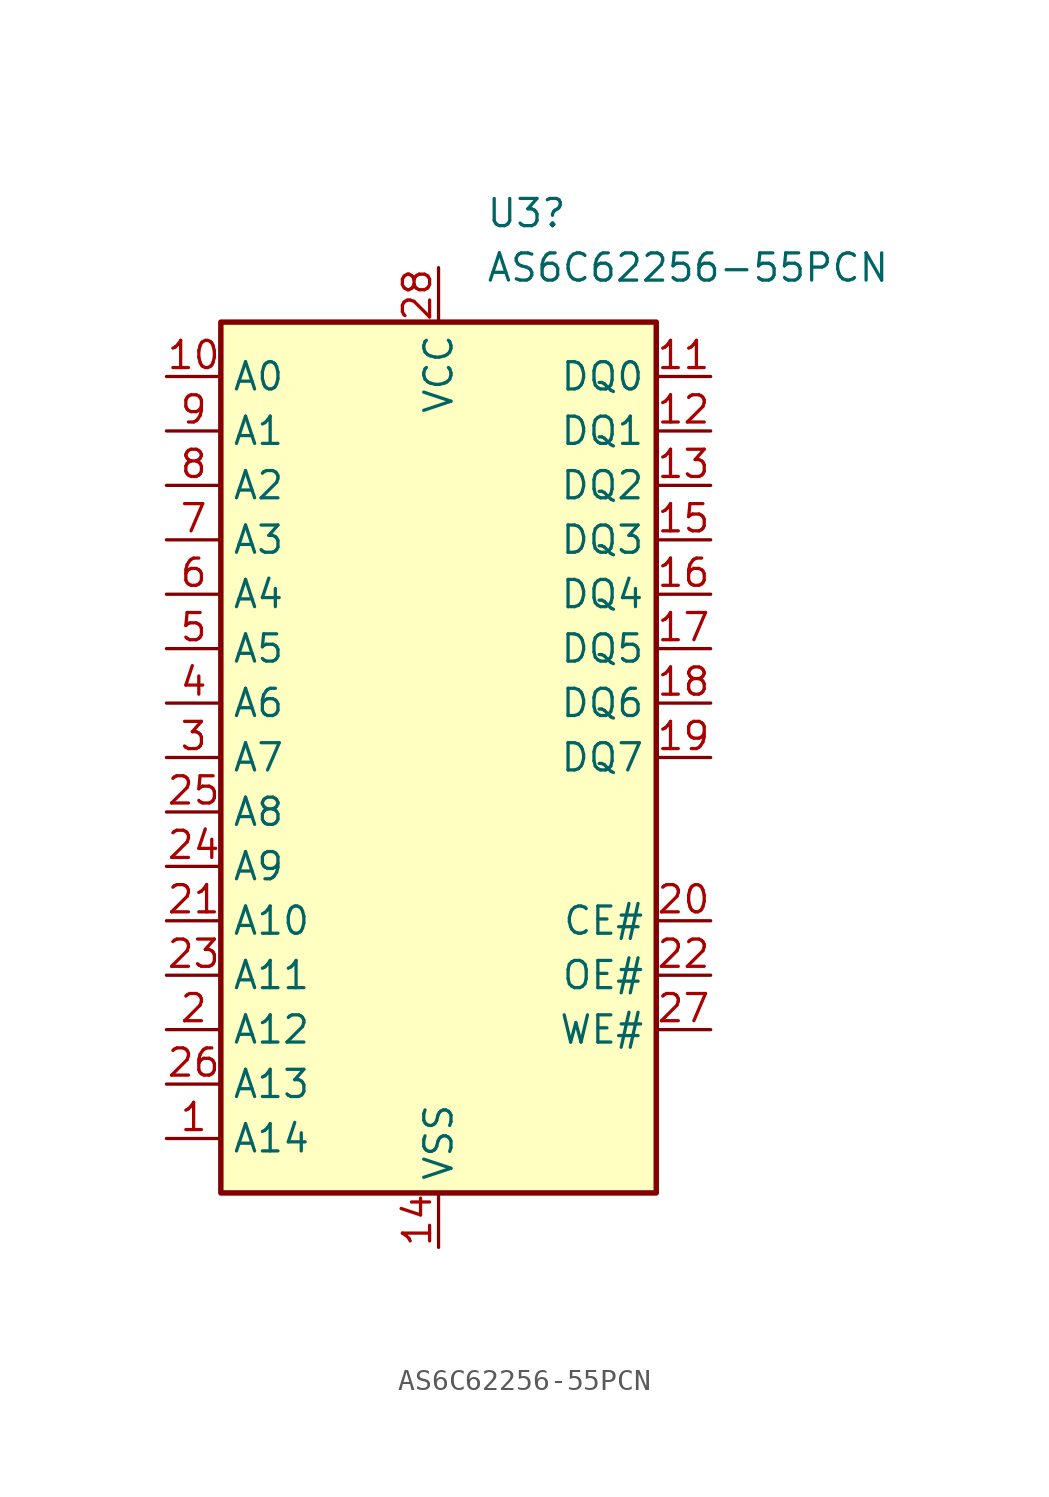
<source format=kicad_sym>
(kicad_symbol_lib
  (version 20241209)
  (generator "kicad_symbol_editor")
  (generator_version "9.0")
  (symbol "AS6C62256-55PCN"
    (property "Reference" "U3"
      (at 2.194 25.4 0)
      (effects (font (size 1.27 1.27)) (justify left)))
    (property "Value" "AS6C62256-55PCN"
      (at 2.194 22.86 0)
      (effects (font (size 1.27 1.27)) (justify left)))
    (property "Description" ""
      (at 0 0 0)
      (effects (font (size 1.27 1.27))))
    (symbol "AS6C62256-55PCN_0_1"
      (rectangle (start -10.16 20.32) (end 10.16 -20.32) (stroke (width 0.254) (type default)) (fill (type background))))
    (symbol "AS6C62256-55PCN_1_0"
      (pin power_in line (at 0 22.86 270) (length 2.54) (name "VCC" (effects (font (size 1.27 1.27)))) (number "28" (effects (font (size 1.27 1.27)))))
      (pin power_in line (at 0 -22.86 90) (length 2.54) (name "VSS" (effects (font (size 1.27 1.27)))) (number "14" (effects (font (size 1.27 1.27))))))
    (symbol "AS6C62256-55PCN_1_1"
      (pin input line (at -12.7 17.78 0) (length 2.54) (name "A0" (effects (font (size 1.27 1.27)))) (number "10" (effects (font (size 1.27 1.27)))))
      (pin input line (at -12.7 15.24 0) (length 2.54) (name "A1" (effects (font (size 1.27 1.27)))) (number "9" (effects (font (size 1.27 1.27)))))
      (pin input line (at -12.7 12.7 0) (length 2.54) (name "A2" (effects (font (size 1.27 1.27)))) (number "8" (effects (font (size 1.27 1.27)))))
      (pin input line (at -12.7 10.16 0) (length 2.54) (name "A3" (effects (font (size 1.27 1.27)))) (number "7" (effects (font (size 1.27 1.27)))))
      (pin input line (at -12.7 7.62 0) (length 2.54) (name "A4" (effects (font (size 1.27 1.27)))) (number "6" (effects (font (size 1.27 1.27)))))
      (pin input line (at -12.7 5.08 0) (length 2.54) (name "A5" (effects (font (size 1.27 1.27)))) (number "5" (effects (font (size 1.27 1.27)))))
      (pin input line (at -12.7 2.54 0) (length 2.54) (name "A6" (effects (font (size 1.27 1.27)))) (number "4" (effects (font (size 1.27 1.27)))))
      (pin input line (at -12.7 0 0) (length 2.54) (name "A7" (effects (font (size 1.27 1.27)))) (number "3" (effects (font (size 1.27 1.27)))))
      (pin input line (at -12.7 -2.54 0) (length 2.54) (name "A8" (effects (font (size 1.27 1.27)))) (number "25" (effects (font (size 1.27 1.27)))))
      (pin input line (at -12.7 -5.08 0) (length 2.54) (name "A9" (effects (font (size 1.27 1.27)))) (number "24" (effects (font (size 1.27 1.27)))))
      (pin input line (at -12.7 -7.62 0) (length 2.54) (name "A10" (effects (font (size 1.27 1.27)))) (number "21" (effects (font (size 1.27 1.27)))))
      (pin input line (at -12.7 -10.16 0) (length 2.54) (name "A11" (effects (font (size 1.27 1.27)))) (number "23" (effects (font (size 1.27 1.27)))))
      (pin input line (at -12.7 -12.7 0) (length 2.54) (name "A12" (effects (font (size 1.27 1.27)))) (number "2" (effects (font (size 1.27 1.27)))))
      (pin input line (at -12.7 -15.24 0) (length 2.54) (name "A13" (effects (font (size 1.27 1.27)))) (number "26" (effects (font (size 1.27 1.27)))))
      (pin input line (at -12.7 -17.78 0) (length 2.54) (name "A14" (effects (font (size 1.27 1.27)))) (number "1" (effects (font (size 1.27 1.27)))))
      (pin tri_state line (at 12.7 17.78 180) (length 2.54) (name "DQ0" (effects (font (size 1.27 1.27)))) (number "11" (effects (font (size 1.27 1.27)))))
      (pin tri_state line (at 12.7 15.24 180) (length 2.54) (name "DQ1" (effects (font (size 1.27 1.27)))) (number "12" (effects (font (size 1.27 1.27)))))
      (pin tri_state line (at 12.7 12.7 180) (length 2.54) (name "DQ2" (effects (font (size 1.27 1.27)))) (number "13" (effects (font (size 1.27 1.27)))))
      (pin tri_state line (at 12.7 10.16 180) (length 2.54) (name "DQ3" (effects (font (size 1.27 1.27)))) (number "15" (effects (font (size 1.27 1.27)))))
      (pin tri_state line (at 12.7 7.62 180) (length 2.54) (name "DQ4" (effects (font (size 1.27 1.27)))) (number "16" (effects (font (size 1.27 1.27)))))
      (pin tri_state line (at 12.7 5.08 180) (length 2.54) (name "DQ5" (effects (font (size 1.27 1.27)))) (number "17" (effects (font (size 1.27 1.27)))))
      (pin tri_state line (at 12.7 2.54 180) (length 2.54) (name "DQ6" (effects (font (size 1.27 1.27)))) (number "18" (effects (font (size 1.27 1.27)))))
      (pin tri_state line (at 12.7 0 180) (length 2.54) (name "DQ7" (effects (font (size 1.27 1.27)))) (number "19" (effects (font (size 1.27 1.27)))))
      (pin input line (at 12.7 -7.62 180) (length 2.54) (name "CE#" (effects (font (size 1.27 1.27)))) (number "20" (effects (font (size 1.27 1.27)))))
      (pin input line (at 12.7 -10.16 180) (length 2.54) (name "OE#" (effects (font (size 1.27 1.27)))) (number "22" (effects (font (size 1.27 1.27)))))
      (pin input line (at 12.7 -12.7 180) (length 2.54) (name "WE#" (effects (font (size 1.27 1.27)))) (number "27" (effects (font (size 1.27 1.27))))))))
</source>
